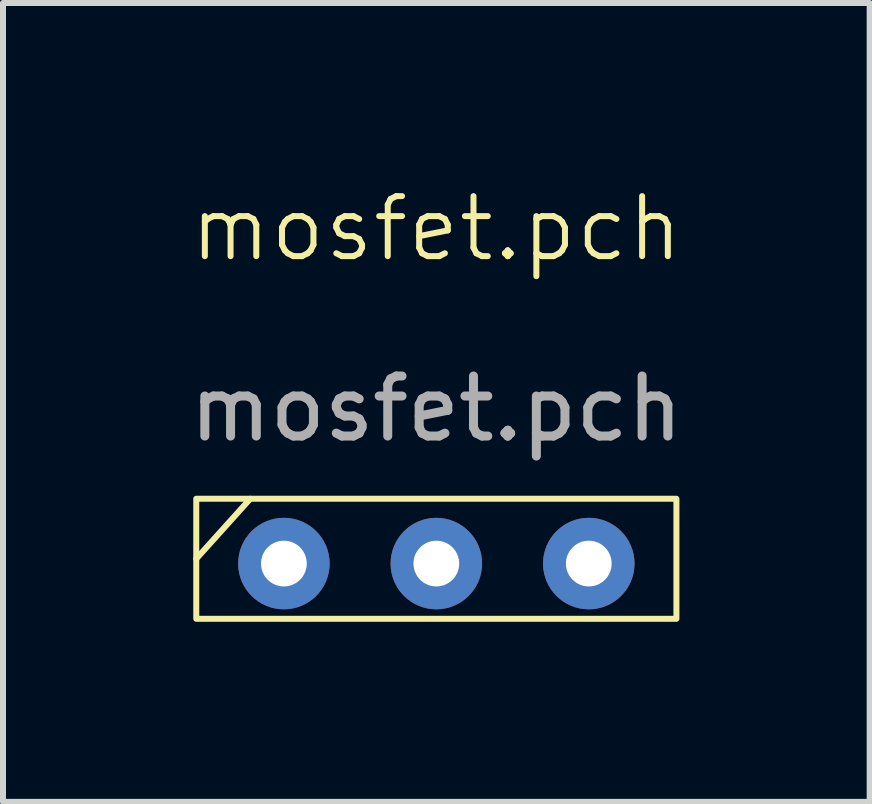
<source format=kicad_pcb>
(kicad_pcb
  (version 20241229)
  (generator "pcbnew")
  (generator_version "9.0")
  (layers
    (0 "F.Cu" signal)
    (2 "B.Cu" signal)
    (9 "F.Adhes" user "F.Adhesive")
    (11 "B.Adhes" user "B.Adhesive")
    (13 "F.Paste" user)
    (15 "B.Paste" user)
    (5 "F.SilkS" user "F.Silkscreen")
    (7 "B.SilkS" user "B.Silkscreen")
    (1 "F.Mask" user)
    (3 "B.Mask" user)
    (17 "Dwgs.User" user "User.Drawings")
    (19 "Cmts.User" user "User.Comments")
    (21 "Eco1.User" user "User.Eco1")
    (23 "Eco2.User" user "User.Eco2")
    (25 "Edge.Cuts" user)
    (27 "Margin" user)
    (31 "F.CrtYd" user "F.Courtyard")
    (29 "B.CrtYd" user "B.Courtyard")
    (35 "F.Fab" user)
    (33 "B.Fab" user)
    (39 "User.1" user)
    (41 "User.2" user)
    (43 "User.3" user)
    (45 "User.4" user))
  (footprint "mosfet.pch"
    (layer "F.Cu")
    (at 4.22 1.26)
    (property "Reference" "mosfet.pch" (at 0 -0.5 0) (unlocked yes) (layer "F.SilkS") (effects (font (size 1 1) (thickness 0.1))))
    (attr through_hole)
    (fp_line (start -3.1 4) (end -4 5) (stroke (width 0.1) (type default)) (layer "F.SilkS"))
    (fp_rect (start -4 4) (end 4 6) (stroke (width 0.1) (type default)) (fill no) (layer "F.SilkS"))
    (fp_text user "${REFERENCE}" (at 0 2.5 0) (unlocked yes) (layer "F.Fab") (effects (font (size 1 1) (thickness 0.15))))
    (pad "1" thru_hole circle (at 2.54 5.08) (size 1.524 1.524) (drill 0.762) (layers "*.Cu" "*.Mask"))
    (pad "2" thru_hole circle (at -2.54 5.08) (size 1.524 1.524) (drill 0.762) (layers "*.Cu" "*.Mask"))
    (pad "3" thru_hole circle (at 0 5.08) (size 1.524 1.524) (drill 0.762) (layers "*.Cu" "*.Mask")))
  (gr_rect
    (start -3 -3)
    (end 11.44 10.31)
    (stroke (width 0.1) (type default))
    (fill no)
    (layer "Edge.Cuts")))
</source>
